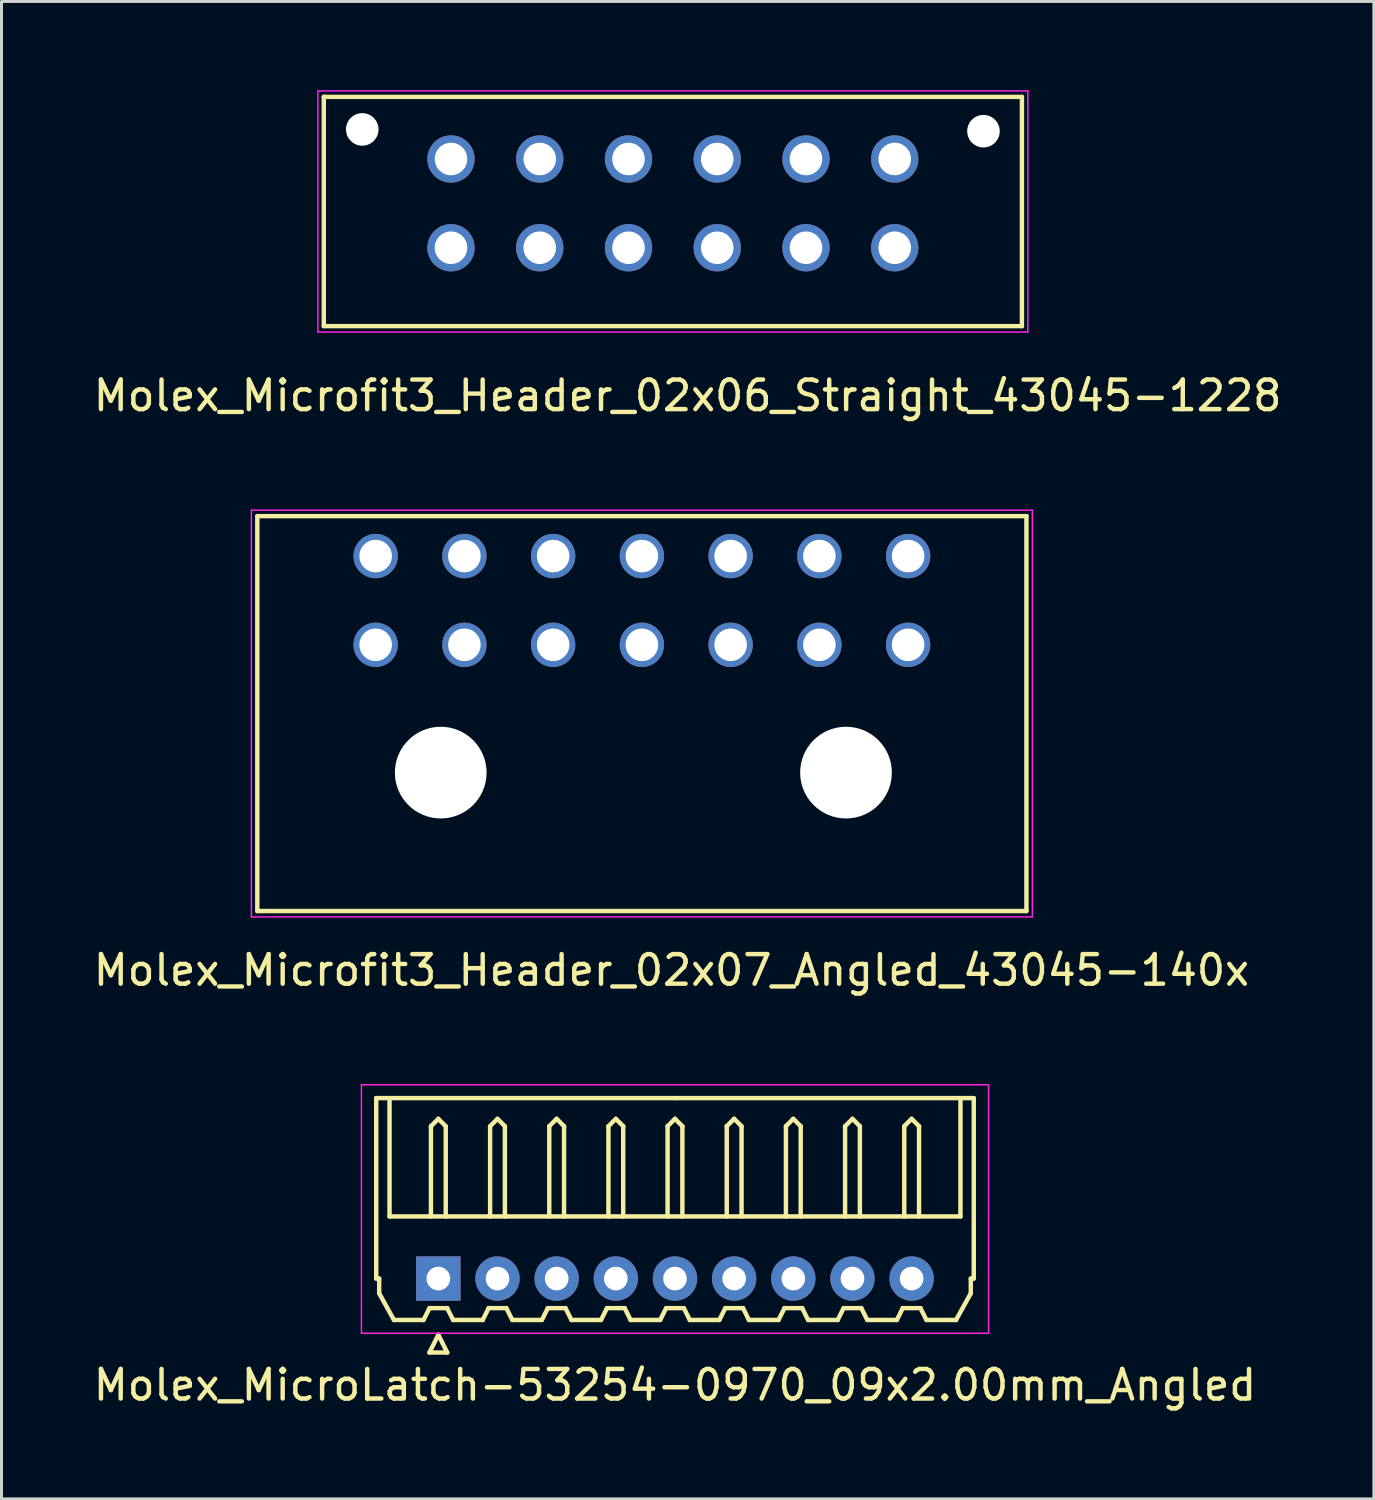
<source format=kicad_pcb>
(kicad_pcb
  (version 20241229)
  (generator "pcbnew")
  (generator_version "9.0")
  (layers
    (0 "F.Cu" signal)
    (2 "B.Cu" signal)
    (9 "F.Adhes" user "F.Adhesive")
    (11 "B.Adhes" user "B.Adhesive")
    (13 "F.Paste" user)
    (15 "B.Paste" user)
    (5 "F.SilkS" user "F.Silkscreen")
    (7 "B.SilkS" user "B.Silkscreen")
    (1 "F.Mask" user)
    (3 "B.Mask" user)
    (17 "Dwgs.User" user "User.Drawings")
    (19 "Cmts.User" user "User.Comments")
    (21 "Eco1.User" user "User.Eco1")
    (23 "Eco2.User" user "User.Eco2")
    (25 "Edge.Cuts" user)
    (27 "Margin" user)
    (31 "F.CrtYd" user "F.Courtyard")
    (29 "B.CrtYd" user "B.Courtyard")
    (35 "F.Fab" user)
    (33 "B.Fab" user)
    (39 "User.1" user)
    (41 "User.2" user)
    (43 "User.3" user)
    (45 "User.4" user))
  (footprint "Molex_Microfit3_Header_02x07_Angled_43045-140x"
    (layer "F.Cu")
    (at 27.649 18.748)
    (property "Reference" "Molex_Microfit3_Header_02x07_Angled_43045-140x" (at -8 11 0) (layer "F.SilkS") (effects (font (size 1 1) (thickness 0.15))))
    (attr through_hole)
    (fp_line (start -22 -4.35) (end 4 -4.35) (stroke (width 0.15) (type solid)) (layer "F.SilkS"))
    (fp_line (start -22 9) (end -22 -4.35) (stroke (width 0.15) (type solid)) (layer "F.SilkS"))
    (fp_line (start 4 -4.35) (end 4 9) (stroke (width 0.15) (type solid)) (layer "F.SilkS"))
    (fp_line (start 4 9) (end -22 9) (stroke (width 0.15) (type solid)) (layer "F.SilkS"))
    (fp_line (start -22.2 -4.55) (end -22.2 9.2) (stroke (width 0.05) (type solid)) (layer "F.CrtYd"))
    (fp_line (start -22.2 9.2) (end 4.2 9.2) (stroke (width 0.05) (type solid)) (layer "F.CrtYd"))
    (fp_line (start 4.2 -4.55) (end -22.2 -4.55) (stroke (width 0.05) (type solid)) (layer "F.CrtYd"))
    (fp_line (start 4.2 9.2) (end 4.2 -4.55) (stroke (width 0.05) (type solid)) (layer "F.CrtYd"))
    (pad "" np_thru_hole circle (at -15.8 4.32) (size 3.1 3.1) (drill 3.1) (layers "*.Cu" "*.Mask"))
    (pad "" np_thru_hole circle (at -2.1 4.32) (size 3.1 3.1) (drill 3.1) (layers "*.Cu" "*.Mask"))
    (pad "1" thru_hole circle (at 0 0) (size 1.5 1.5) (drill 1.1) (layers "*.Cu" "*.Mask"))
    (pad "2" thru_hole circle (at -3 0) (size 1.5 1.5) (drill 1.1) (layers "*.Cu" "*.Mask"))
    (pad "3" thru_hole circle (at -6 0) (size 1.5 1.5) (drill 1.1) (layers "*.Cu" "*.Mask"))
    (pad "4" thru_hole circle (at -9 0) (size 1.5 1.5) (drill 1.1) (layers "*.Cu" "*.Mask"))
    (pad "5" thru_hole circle (at -12 0) (size 1.5 1.5) (drill 1.1) (layers "*.Cu" "*.Mask"))
    (pad "6" thru_hole circle (at -15 0) (size 1.5 1.5) (drill 1.1) (layers "*.Cu" "*.Mask"))
    (pad "7" thru_hole circle (at -18 0) (size 1.5 1.5) (drill 1.1) (layers "*.Cu" "*.Mask"))
    (pad "8" thru_hole circle (at 0 -3) (size 1.5 1.5) (drill 1.1) (layers "*.Cu" "*.Mask"))
    (pad "9" thru_hole circle (at -3 -3) (size 1.5 1.5) (drill 1.1) (layers "*.Cu" "*.Mask"))
    (pad "10" thru_hole circle (at -6 -3) (size 1.5 1.5) (drill 1.1) (layers "*.Cu" "*.Mask"))
    (pad "11" thru_hole circle (at -9 -3) (size 1.5 1.5) (drill 1.1) (layers "*.Cu" "*.Mask"))
    (pad "12" thru_hole circle (at -12 -3) (size 1.5 1.5) (drill 1.1) (layers "*.Cu" "*.Mask"))
    (pad "13" thru_hole circle (at -15 -3) (size 1.5 1.5) (drill 1.1) (layers "*.Cu" "*.Mask"))
    (pad "14" thru_hole circle (at -18 -3) (size 1.5 1.5) (drill 1.1) (layers "*.Cu" "*.Mask")))
  (footprint "Molex_MicroLatch-53254-0970_09x2.00mm_Angled"
    (layer "F.Cu")
    (at 11.768 40.172)
    (property "Reference" "Molex_MicroLatch-53254-0970_09x2.00mm_Angled" (at 8 3.6 0) (layer "F.SilkS") (effects (font (size 1 1) (thickness 0.15))))
    (attr through_hole)
    (fp_line (start -2.1 -6.1) (end 8 -6.1) (stroke (width 0.15) (type solid)) (layer "F.SilkS"))
    (fp_line (start -2.1 0) (end -2.1 -6.1) (stroke (width 0.15) (type solid)) (layer "F.SilkS"))
    (fp_line (start -2 0) (end -2.1 0) (stroke (width 0.15) (type solid)) (layer "F.SilkS"))
    (fp_line (start -2 0.5) (end -2 0) (stroke (width 0.15) (type solid)) (layer "F.SilkS"))
    (fp_line (start -1.65 -6.1) (end -1.65 -2.1) (stroke (width 0.15) (type solid)) (layer "F.SilkS"))
    (fp_line (start -1.65 -2.1) (end 17.65 -2.1) (stroke (width 0.15) (type solid)) (layer "F.SilkS"))
    (fp_line (start -1.5 1.4) (end -2 0.5) (stroke (width 0.15) (type solid)) (layer "F.SilkS"))
    (fp_line (start -0.5 1.4) (end -1.5 1.4) (stroke (width 0.15) (type solid)) (layer "F.SilkS"))
    (fp_line (start -0.3 1) (end -0.5 1.4) (stroke (width 0.15) (type solid)) (layer "F.SilkS"))
    (fp_line (start -0.3 1) (end 0.3 1) (stroke (width 0.15) (type solid)) (layer "F.SilkS"))
    (fp_line (start -0.3 2.5) (end 0.3 2.5) (stroke (width 0.15) (type solid)) (layer "F.SilkS"))
    (fp_line (start -0.25 -5.15) (end 0 -5.4) (stroke (width 0.15) (type solid)) (layer "F.SilkS"))
    (fp_line (start -0.25 -2.1) (end -0.25 -5.15) (stroke (width 0.15) (type solid)) (layer "F.SilkS"))
    (fp_line (start 0 -5.4) (end 0.25 -5.15) (stroke (width 0.15) (type solid)) (layer "F.SilkS"))
    (fp_line (start 0 1.9) (end -0.3 2.5) (stroke (width 0.15) (type solid)) (layer "F.SilkS"))
    (fp_line (start 0.25 -5.15) (end 0.25 -2.1) (stroke (width 0.15) (type solid)) (layer "F.SilkS"))
    (fp_line (start 0.3 1) (end 0.5 1.4) (stroke (width 0.15) (type solid)) (layer "F.SilkS"))
    (fp_line (start 0.3 2.5) (end 0 1.9) (stroke (width 0.15) (type solid)) (layer "F.SilkS"))
    (fp_line (start 0.5 1.4) (end 1.5 1.4) (stroke (width 0.15) (type solid)) (layer "F.SilkS"))
    (fp_line (start 1.5 1.4) (end 1.7 1) (stroke (width 0.15) (type solid)) (layer "F.SilkS"))
    (fp_line (start 1.7 1) (end 2.3 1) (stroke (width 0.15) (type solid)) (layer "F.SilkS"))
    (fp_line (start 1.75 -5.15) (end 2 -5.4) (stroke (width 0.15) (type solid)) (layer "F.SilkS"))
    (fp_line (start 1.75 -2.1) (end 1.75 -5.15) (stroke (width 0.15) (type solid)) (layer "F.SilkS"))
    (fp_line (start 2 -5.4) (end 2.25 -5.15) (stroke (width 0.15) (type solid)) (layer "F.SilkS"))
    (fp_line (start 2.25 -5.15) (end 2.25 -2.1) (stroke (width 0.15) (type solid)) (layer "F.SilkS"))
    (fp_line (start 2.3 1) (end 2.5 1.4) (stroke (width 0.15) (type solid)) (layer "F.SilkS"))
    (fp_line (start 2.5 1.4) (end 3.5 1.4) (stroke (width 0.15) (type solid)) (layer "F.SilkS"))
    (fp_line (start 3.5 1.4) (end 3.7 1) (stroke (width 0.15) (type solid)) (layer "F.SilkS"))
    (fp_line (start 3.7 1) (end 4.3 1) (stroke (width 0.15) (type solid)) (layer "F.SilkS"))
    (fp_line (start 3.75 -5.15) (end 4 -5.4) (stroke (width 0.15) (type solid)) (layer "F.SilkS"))
    (fp_line (start 3.75 -2.1) (end 3.75 -5.15) (stroke (width 0.15) (type solid)) (layer "F.SilkS"))
    (fp_line (start 4 -5.4) (end 4.25 -5.15) (stroke (width 0.15) (type solid)) (layer "F.SilkS"))
    (fp_line (start 4.25 -5.15) (end 4.25 -2.1) (stroke (width 0.15) (type solid)) (layer "F.SilkS"))
    (fp_line (start 4.3 1) (end 4.5 1.4) (stroke (width 0.15) (type solid)) (layer "F.SilkS"))
    (fp_line (start 4.5 1.4) (end 5.5 1.4) (stroke (width 0.15) (type solid)) (layer "F.SilkS"))
    (fp_line (start 5.5 1.4) (end 5.7 1) (stroke (width 0.15) (type solid)) (layer "F.SilkS"))
    (fp_line (start 5.7 1) (end 6.3 1) (stroke (width 0.15) (type solid)) (layer "F.SilkS"))
    (fp_line (start 5.75 -5.15) (end 6 -5.4) (stroke (width 0.15) (type solid)) (layer "F.SilkS"))
    (fp_line (start 5.75 -2.1) (end 5.75 -5.15) (stroke (width 0.15) (type solid)) (layer "F.SilkS"))
    (fp_line (start 6 -5.4) (end 6.25 -5.15) (stroke (width 0.15) (type solid)) (layer "F.SilkS"))
    (fp_line (start 6.25 -5.15) (end 6.25 -2.1) (stroke (width 0.15) (type solid)) (layer "F.SilkS"))
    (fp_line (start 6.3 1) (end 6.5 1.4) (stroke (width 0.15) (type solid)) (layer "F.SilkS"))
    (fp_line (start 6.5 1.4) (end 7.5 1.4) (stroke (width 0.15) (type solid)) (layer "F.SilkS"))
    (fp_line (start 7.5 1.4) (end 7.7 1) (stroke (width 0.15) (type solid)) (layer "F.SilkS"))
    (fp_line (start 7.7 1) (end 8.3 1) (stroke (width 0.15) (type solid)) (layer "F.SilkS"))
    (fp_line (start 7.75 -5.15) (end 8 -5.4) (stroke (width 0.15) (type solid)) (layer "F.SilkS"))
    (fp_line (start 7.75 -2.1) (end 7.75 -5.15) (stroke (width 0.15) (type solid)) (layer "F.SilkS"))
    (fp_line (start 8 -5.4) (end 8.25 -5.15) (stroke (width 0.15) (type solid)) (layer "F.SilkS"))
    (fp_line (start 8.25 -5.15) (end 8.25 -2.1) (stroke (width 0.15) (type solid)) (layer "F.SilkS"))
    (fp_line (start 8.3 1) (end 8.5 1.4) (stroke (width 0.15) (type solid)) (layer "F.SilkS"))
    (fp_line (start 8.5 1.4) (end 9.5 1.4) (stroke (width 0.15) (type solid)) (layer "F.SilkS"))
    (fp_line (start 9.5 1.4) (end 9.7 1) (stroke (width 0.15) (type solid)) (layer "F.SilkS"))
    (fp_line (start 9.7 1) (end 10.3 1) (stroke (width 0.15) (type solid)) (layer "F.SilkS"))
    (fp_line (start 9.75 -5.15) (end 10 -5.4) (stroke (width 0.15) (type solid)) (layer "F.SilkS"))
    (fp_line (start 9.75 -2.1) (end 9.75 -5.15) (stroke (width 0.15) (type solid)) (layer "F.SilkS"))
    (fp_line (start 10 -5.4) (end 10.25 -5.15) (stroke (width 0.15) (type solid)) (layer "F.SilkS"))
    (fp_line (start 10.25 -5.15) (end 10.25 -2.1) (stroke (width 0.15) (type solid)) (layer "F.SilkS"))
    (fp_line (start 10.3 1) (end 10.5 1.4) (stroke (width 0.15) (type solid)) (layer "F.SilkS"))
    (fp_line (start 10.5 1.4) (end 11.5 1.4) (stroke (width 0.15) (type solid)) (layer "F.SilkS"))
    (fp_line (start 11.5 1.4) (end 11.7 1) (stroke (width 0.15) (type solid)) (layer "F.SilkS"))
    (fp_line (start 11.7 1) (end 12.3 1) (stroke (width 0.15) (type solid)) (layer "F.SilkS"))
    (fp_line (start 11.75 -5.15) (end 12 -5.4) (stroke (width 0.15) (type solid)) (layer "F.SilkS"))
    (fp_line (start 11.75 -2.1) (end 11.75 -5.15) (stroke (width 0.15) (type solid)) (layer "F.SilkS"))
    (fp_line (start 12 -5.4) (end 12.25 -5.15) (stroke (width 0.15) (type solid)) (layer "F.SilkS"))
    (fp_line (start 12.25 -5.15) (end 12.25 -2.1) (stroke (width 0.15) (type solid)) (layer "F.SilkS"))
    (fp_line (start 12.3 1) (end 12.5 1.4) (stroke (width 0.15) (type solid)) (layer "F.SilkS"))
    (fp_line (start 12.5 1.4) (end 13.5 1.4) (stroke (width 0.15) (type solid)) (layer "F.SilkS"))
    (fp_line (start 13.5 1.4) (end 13.7 1) (stroke (width 0.15) (type solid)) (layer "F.SilkS"))
    (fp_line (start 13.7 1) (end 14.3 1) (stroke (width 0.15) (type solid)) (layer "F.SilkS"))
    (fp_line (start 13.75 -5.15) (end 14 -5.4) (stroke (width 0.15) (type solid)) (layer "F.SilkS"))
    (fp_line (start 13.75 -2.1) (end 13.75 -5.15) (stroke (width 0.15) (type solid)) (layer "F.SilkS"))
    (fp_line (start 14 -5.4) (end 14.25 -5.15) (stroke (width 0.15) (type solid)) (layer "F.SilkS"))
    (fp_line (start 14.25 -5.15) (end 14.25 -2.1) (stroke (width 0.15) (type solid)) (layer "F.SilkS"))
    (fp_line (start 14.3 1) (end 14.5 1.4) (stroke (width 0.15) (type solid)) (layer "F.SilkS"))
    (fp_line (start 14.5 1.4) (end 15.5 1.4) (stroke (width 0.15) (type solid)) (layer "F.SilkS"))
    (fp_line (start 15.5 1.4) (end 15.7 1) (stroke (width 0.15) (type solid)) (layer "F.SilkS"))
    (fp_line (start 15.7 1) (end 16.3 1) (stroke (width 0.15) (type solid)) (layer "F.SilkS"))
    (fp_line (start 15.75 -5.15) (end 16 -5.4) (stroke (width 0.15) (type solid)) (layer "F.SilkS"))
    (fp_line (start 15.75 -2.1) (end 15.75 -5.15) (stroke (width 0.15) (type solid)) (layer "F.SilkS"))
    (fp_line (start 16 -5.4) (end 16.25 -5.15) (stroke (width 0.15) (type solid)) (layer "F.SilkS"))
    (fp_line (start 16.25 -5.15) (end 16.25 -2.1) (stroke (width 0.15) (type solid)) (layer "F.SilkS"))
    (fp_line (start 16.3 1) (end 16.5 1.4) (stroke (width 0.15) (type solid)) (layer "F.SilkS"))
    (fp_line (start 16.5 1.4) (end 17.5 1.4) (stroke (width 0.15) (type solid)) (layer "F.SilkS"))
    (fp_line (start 17.5 1.4) (end 18 0.5) (stroke (width 0.15) (type solid)) (layer "F.SilkS"))
    (fp_line (start 17.65 -2.1) (end 17.65 -6.1) (stroke (width 0.15) (type solid)) (layer "F.SilkS"))
    (fp_line (start 18 0) (end 18.1 0) (stroke (width 0.15) (type solid)) (layer "F.SilkS"))
    (fp_line (start 18 0.5) (end 18 0) (stroke (width 0.15) (type solid)) (layer "F.SilkS"))
    (fp_line (start 18.1 -6.1) (end 8 -6.1) (stroke (width 0.15) (type solid)) (layer "F.SilkS"))
    (fp_line (start 18.1 0) (end 18.1 -6.1) (stroke (width 0.15) (type solid)) (layer "F.SilkS"))
    (fp_line (start -2.6 -6.55) (end -2.6 1.85) (stroke (width 0.05) (type solid)) (layer "F.CrtYd"))
    (fp_line (start -2.6 1.85) (end 18.6 1.85) (stroke (width 0.05) (type solid)) (layer "F.CrtYd"))
    (fp_line (start 18.6 -6.55) (end -2.6 -6.55) (stroke (width 0.05) (type solid)) (layer "F.CrtYd"))
    (fp_line (start 18.6 1.85) (end 18.6 -6.55) (stroke (width 0.05) (type solid)) (layer "F.CrtYd"))
    (pad "1" thru_hole rect (at 0 0) (size 1.5 1.5) (drill 0.8) (layers "*.Cu" "*.Mask"))
    (pad "2" thru_hole circle (at 2 0) (size 1.5 1.5) (drill 0.8) (layers "*.Cu" "*.Mask"))
    (pad "3" thru_hole circle (at 4 0) (size 1.5 1.5) (drill 0.8) (layers "*.Cu" "*.Mask"))
    (pad "4" thru_hole circle (at 6 0) (size 1.5 1.5) (drill 0.8) (layers "*.Cu" "*.Mask"))
    (pad "5" thru_hole circle (at 8 0) (size 1.5 1.5) (drill 0.8) (layers "*.Cu" "*.Mask"))
    (pad "6" thru_hole circle (at 10 0) (size 1.5 1.5) (drill 0.8) (layers "*.Cu" "*.Mask"))
    (pad "7" thru_hole circle (at 12 0) (size 1.5 1.5) (drill 0.8) (layers "*.Cu" "*.Mask"))
    (pad "8" thru_hole circle (at 14 0) (size 1.5 1.5) (drill 0.8) (layers "*.Cu" "*.Mask"))
    (pad "9" thru_hole circle (at 16 0) (size 1.5 1.5) (drill 0.8) (layers "*.Cu" "*.Mask")))
  (footprint "Molex_Microfit3_Header_02x06_Straight_43045-1228"
    (layer "F.Cu")
    (at 27.196 5.325)
    (property "Reference" "Molex_Microfit3_Header_02x06_Straight_43045-1228" (at -7 5 0) (layer "F.SilkS") (effects (font (size 1 1) (thickness 0.15))))
    (attr through_hole)
    (fp_line (start -19.3 2.65) (end -19.3 -5.1) (stroke (width 0.15) (type solid)) (layer "F.SilkS"))
    (fp_line (start 4.3 -5.1) (end -19.3 -5.1) (stroke (width 0.15) (type solid)) (layer "F.SilkS"))
    (fp_line (start 4.3 2.65) (end -19.3 2.65) (stroke (width 0.15) (type solid)) (layer "F.SilkS"))
    (fp_line (start 4.3 2.65) (end 4.3 -5.1) (stroke (width 0.15) (type solid)) (layer "F.SilkS"))
    (fp_line (start -19.5 2.85) (end -19.5 -5.3) (stroke (width 0.05) (type solid)) (layer "F.CrtYd"))
    (fp_line (start 4.5 -5.3) (end -19.5 -5.3) (stroke (width 0.05) (type solid)) (layer "F.CrtYd"))
    (fp_line (start 4.5 2.85) (end -19.5 2.85) (stroke (width 0.05) (type solid)) (layer "F.CrtYd"))
    (fp_line (start 4.5 2.85) (end 4.5 -5.3) (stroke (width 0.05) (type solid)) (layer "F.CrtYd"))
    (pad "" np_thru_hole circle (at -18 -4) (size 1.1 1.1) (drill 1.1) (layers "*.Cu" "*.Mask"))
    (pad "" np_thru_hole circle (at 3 -3.94) (size 1.1 1.1) (drill 1.1) (layers "*.Cu" "*.Mask"))
    (pad "1" thru_hole circle (at 0 0) (size 1.6 1.6) (drill 1.1) (layers "*.Cu" "*.Mask"))
    (pad "2" thru_hole circle (at -3 0) (size 1.6 1.6) (drill 1.1) (layers "*.Cu" "*.Mask"))
    (pad "3" thru_hole circle (at -6 0) (size 1.6 1.6) (drill 1.1) (layers "*.Cu" "*.Mask"))
    (pad "4" thru_hole circle (at -9 0) (size 1.6 1.6) (drill 1.1) (layers "*.Cu" "*.Mask"))
    (pad "5" thru_hole circle (at -12 0) (size 1.6 1.6) (drill 1.1) (layers "*.Cu" "*.Mask"))
    (pad "6" thru_hole circle (at -15 0) (size 1.6 1.6) (drill 1.1) (layers "*.Cu" "*.Mask"))
    (pad "7" thru_hole circle (at 0 -3) (size 1.6 1.6) (drill 1.1) (layers "*.Cu" "*.Mask"))
    (pad "8" thru_hole circle (at -3 -3) (size 1.6 1.6) (drill 1.1) (layers "*.Cu" "*.Mask"))
    (pad "9" thru_hole circle (at -6 -3) (size 1.6 1.6) (drill 1.1) (layers "*.Cu" "*.Mask"))
    (pad "10" thru_hole circle (at -9 -3) (size 1.6 1.6) (drill 1.1) (layers "*.Cu" "*.Mask"))
    (pad "11" thru_hole circle (at -12 -3) (size 1.6 1.6) (drill 1.1) (layers "*.Cu" "*.Mask"))
    (pad "12" thru_hole circle (at -15 -3) (size 1.6 1.6) (drill 1.1) (layers "*.Cu" "*.Mask")))
  (gr_rect
    (start -3 -3)
    (end 43.393 47.62)
    (stroke (width 0.1) (type default))
    (fill no)
    (layer "Edge.Cuts")))
</source>
